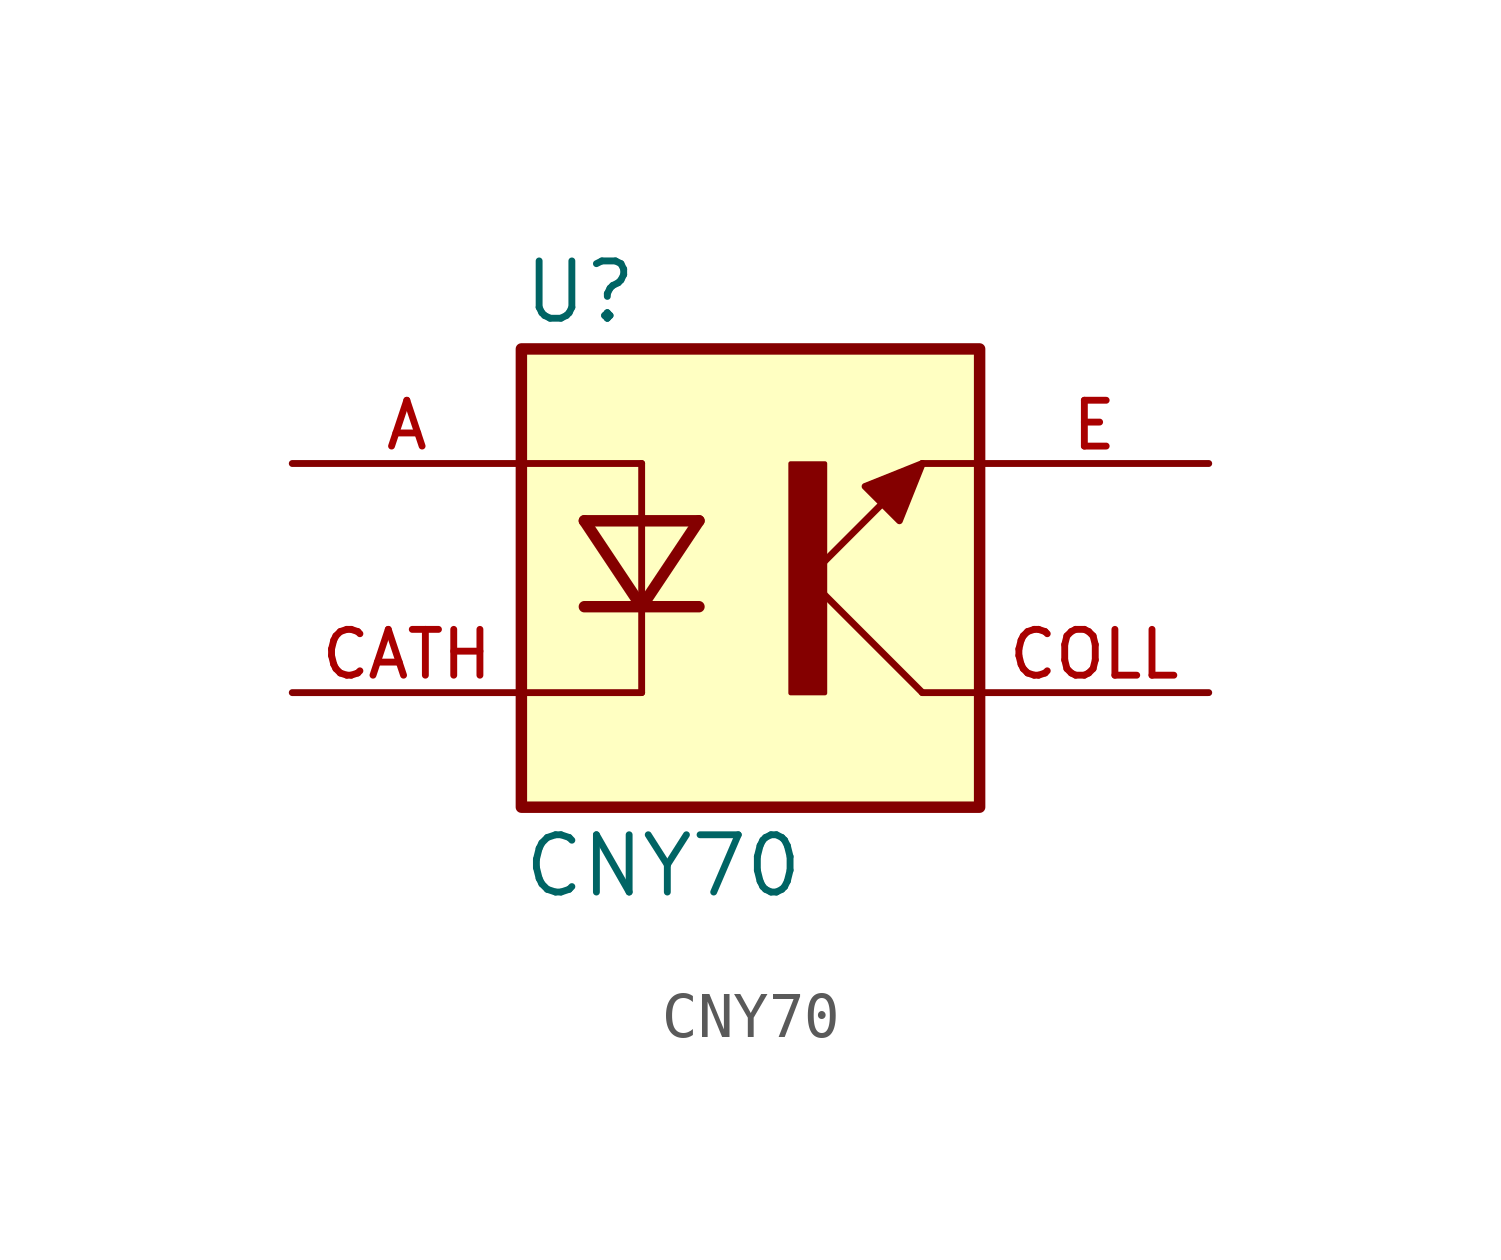
<source format=kicad_sym>
(kicad_symbol_lib
  (version 20211014)
  (generator kicad_symbol_editor)
  (symbol "CNY70"
    (pin_names
      (offset 1.016))
    (property "Reference" "U"
      (at -5.089 5.598 0)
      (effects (font (size 1.27 1.27)) (justify left bottom)))
    (property "Value" "CNY70"
      (at -5.089 -7.125 0)
      (effects (font (size 1.27 1.27)) (justify left bottom)))
    (symbol "CNY70_0_0"
      (rectangle (start -5.08 -5.08) (end 5.08 5.08) (stroke (width 0.254) (type default) (color 0 0 0 0)) (fill (type background)))
      (polyline (pts (xy -3.683 1.27) (xy -2.413 -0.635)) (stroke (width 0.254) (type default) (color 0 0 0 0)) (fill (type none)))
      (polyline (pts (xy -2.413 -2.54) (xy -5.08 -2.54)) (stroke (width 0.152) (type default) (color 0 0 0 0)) (fill (type none)))
      (polyline (pts (xy -2.413 -2.54) (xy -2.413 -0.635)) (stroke (width 0.152) (type default) (color 0 0 0 0)) (fill (type none)))
      (polyline (pts (xy -2.413 -0.635) (xy -3.683 -0.635)) (stroke (width 0.254) (type default) (color 0 0 0 0)) (fill (type none)))
      (polyline (pts (xy -2.413 -0.635) (xy -2.413 1.27)) (stroke (width 0.152) (type default) (color 0 0 0 0)) (fill (type none)))
      (polyline (pts (xy -2.413 -0.635) (xy -1.143 1.27)) (stroke (width 0.254) (type default) (color 0 0 0 0)) (fill (type none)))
      (polyline (pts (xy -2.413 1.27) (xy -3.683 1.27)) (stroke (width 0.254) (type default) (color 0 0 0 0)) (fill (type none)))
      (polyline (pts (xy -2.413 2.54) (xy -5.08 2.54)) (stroke (width 0.152) (type default) (color 0 0 0 0)) (fill (type none)))
      (polyline (pts (xy -2.413 2.54) (xy -2.413 1.27)) (stroke (width 0.152) (type default) (color 0 0 0 0)) (fill (type none)))
      (polyline (pts (xy -1.143 -0.635) (xy -2.413 -0.635)) (stroke (width 0.254) (type default) (color 0 0 0 0)) (fill (type none)))
      (polyline (pts (xy -1.143 1.27) (xy -2.413 1.27)) (stroke (width 0.254) (type default) (color 0 0 0 0)) (fill (type none)))
      (polyline (pts (xy 1.27 0) (xy 3.81 -2.54)) (stroke (width 0.152) (type default) (color 0 0 0 0)) (fill (type none)))
      (polyline (pts (xy 3.81 -2.54) (xy 5.08 -2.54)) (stroke (width 0.152) (type default) (color 0 0 0 0)) (fill (type none)))
      (polyline (pts (xy 3.81 2.54) (xy 1.27 0)) (stroke (width 0.152) (type default) (color 0 0 0 0)) (fill (type none)))
      (polyline (pts (xy 3.81 2.54) (xy 5.08 2.54)) (stroke (width 0.152) (type default) (color 0 0 0 0)) (fill (type none)))
      (polyline (pts (xy 3.81 2.54) (xy 2.54 2.032) (xy 3.302 1.27) (xy 3.81 2.54)) (stroke (width 0.152) (type default) (color 0 0 0 0)) (fill (type outline)))
      (rectangle (start 0.889 -2.55) (end 1.651 2.54) (stroke (width 0.1) (type default) (color 0 0 0 0)) (fill (type outline)))
      (pin passive line (at -10.16 2.54 0) (length 5.08) (name "~" (effects (font (size 1.016 1.016)))) (number "A" (effects (font (size 1.016 1.016)))))
      (pin passive line (at -10.16 -2.54 0) (length 5.08) (name "~" (effects (font (size 1.016 1.016)))) (number "CATH" (effects (font (size 1.016 1.016)))))
      (pin passive line (at 10.16 -2.54 180) (length 5.08) (name "~" (effects (font (size 1.016 1.016)))) (number "COLL" (effects (font (size 1.016 1.016)))))
      (pin passive line (at 10.16 2.54 180) (length 5.08) (name "~" (effects (font (size 1.016 1.016)))) (number "E" (effects (font (size 1.016 1.016))))))))
</source>
